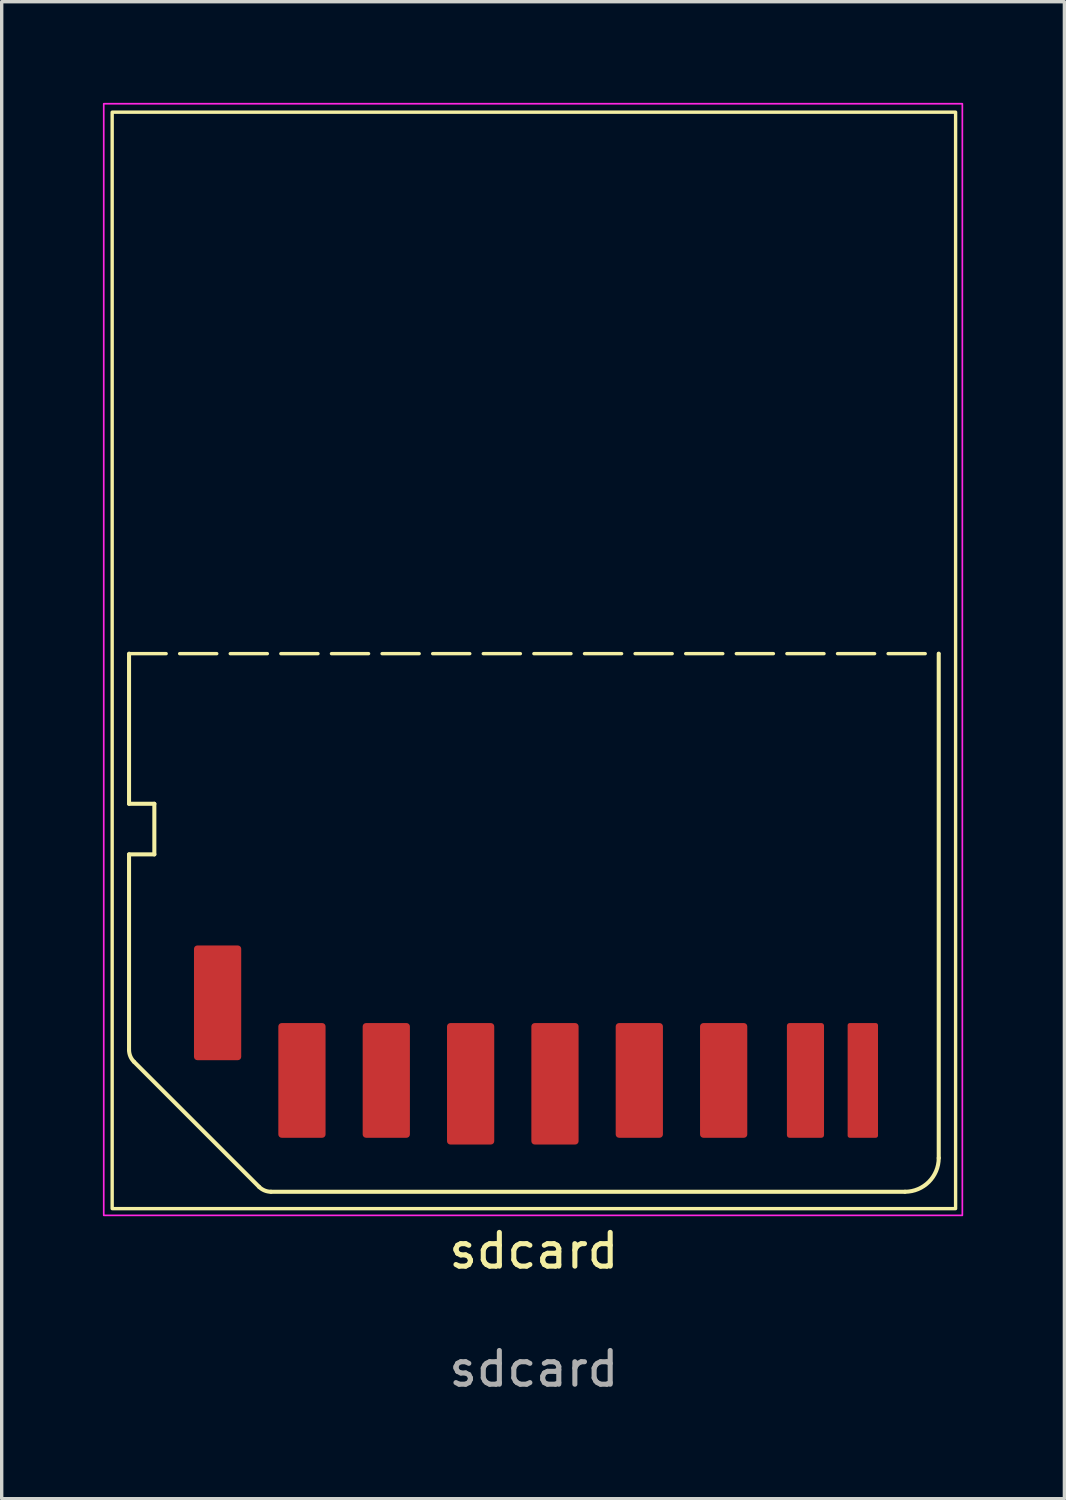
<source format=kicad_pcb>
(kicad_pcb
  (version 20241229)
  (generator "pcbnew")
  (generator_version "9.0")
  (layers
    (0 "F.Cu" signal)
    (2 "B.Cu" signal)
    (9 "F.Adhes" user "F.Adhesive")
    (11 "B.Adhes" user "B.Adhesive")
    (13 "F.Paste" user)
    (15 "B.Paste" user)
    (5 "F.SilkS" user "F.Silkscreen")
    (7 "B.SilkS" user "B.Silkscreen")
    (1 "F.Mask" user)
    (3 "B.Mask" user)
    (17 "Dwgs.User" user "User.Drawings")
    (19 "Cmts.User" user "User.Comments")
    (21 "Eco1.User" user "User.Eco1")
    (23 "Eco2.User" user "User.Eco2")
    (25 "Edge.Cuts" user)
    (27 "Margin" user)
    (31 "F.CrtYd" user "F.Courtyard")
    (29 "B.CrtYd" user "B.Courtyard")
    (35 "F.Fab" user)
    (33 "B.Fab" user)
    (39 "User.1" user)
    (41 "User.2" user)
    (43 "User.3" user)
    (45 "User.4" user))
  (footprint "sdcard"
    (layer "F.Cu")
    (at 12.775 16.275)
    (property "Reference" "sdcard" (at 0 17.75 0) (unlocked yes) (layer "F.SilkS") (effects (font (size 1 1) (thickness 0.15))))
    (attr exclude_from_pos_files exclude_from_bom)
    (fp_line (start -12 0.05) (end 12 0.05) (stroke (width 0.1) (type dash)) (layer "F.SilkS"))
    (fp_line (start -12 4.5) (end -12 0.05) (stroke (width 0.12) (type solid)) (layer "F.SilkS"))
    (fp_line (start -12 6) (end -11.25 6) (stroke (width 0.12) (type solid)) (layer "F.SilkS"))
    (fp_line (start -12 11.793) (end -12 6) (stroke (width 0.12) (type solid)) (layer "F.SilkS"))
    (fp_line (start -11.25 4.5) (end -12 4.5) (stroke (width 0.12) (type solid)) (layer "F.SilkS"))
    (fp_line (start -11.25 6) (end -11.25 4.5) (stroke (width 0.12) (type solid)) (layer "F.SilkS"))
    (fp_line (start -8.146 15.854) (end -11.854 12.146) (stroke (width 0.12) (type solid)) (layer "F.SilkS"))
    (fp_line (start 11 16) (end -7.793 16) (stroke (width 0.12) (type solid)) (layer "F.SilkS"))
    (fp_line (start 12 0.05) (end 12 15) (stroke (width 0.12) (type solid)) (layer "F.SilkS"))
    (fp_rect (start -12.5 -16) (end 12.5 16.5) (stroke (width 0.1) (type default)) (fill no) (layer "F.SilkS"))
    (fp_arc (start -11.853554 12.146446) (mid -11.961938 11.984234) (end -12 11.792893) (stroke (width 0.12) (type solid)) (layer "F.SilkS"))
    (fp_arc (start -7.792893 16) (mid -7.984236 15.961942) (end -8.146447 15.853553) (stroke (width 0.12) (type solid)) (layer "F.SilkS"))
    (fp_arc (start 12 15) (mid 11.707107 15.707107) (end 11 16) (stroke (width 0.12) (type solid)) (layer "F.SilkS"))
    (fp_rect (start -12.75 -16.25) (end 12.7 16.7) (stroke (width 0.05) (type solid)) (fill no) (layer "F.CrtYd"))
    (fp_text user "${REFERENCE}" (at 0 21.25 0) (unlocked yes) (layer "F.Fab") (effects (font (size 1 1) (thickness 0.15))))
    (pad "1" connect roundrect (at -6.875 12.7) (size 1.4 3.4) (layers "F.Cu" "F.Mask") (roundrect_rratio 0.071))
    (pad "2" connect roundrect (at -4.375 12.7) (size 1.4 3.4) (layers "F.Cu" "F.Mask") (roundrect_rratio 0.071))
    (pad "3" connect roundrect (at -1.875 12.8) (size 1.4 3.6) (layers "F.Cu" "F.Mask") (roundrect_rratio 0.071))
    (pad "4" connect roundrect (at 0.625 12.8) (size 1.4 3.6) (layers "F.Cu" "F.Mask") (roundrect_rratio 0.071))
    (pad "5" connect roundrect (at 3.125 12.7) (size 1.4 3.4) (layers "F.Cu" "F.Mask") (roundrect_rratio 0.071))
    (pad "6" connect roundrect (at 5.625 12.7) (size 1.4 3.4) (layers "F.Cu" "F.Mask") (roundrect_rratio 0.071))
    (pad "7" connect roundrect (at 8.05 12.7) (size 1.1 3.4) (layers "F.Cu" "F.Mask") (roundrect_rratio 0.071))
    (pad "8" connect roundrect (at 9.75 12.7) (size 0.9 3.4) (layers "F.Cu" "F.Mask") (roundrect_rratio 0.071))
    (pad "9" connect roundrect (at -9.375 10.4) (size 1.4 3.4) (layers "F.Cu" "F.Mask") (roundrect_rratio 0.071)))
  (gr_rect
    (start -3 -3)
    (end 28.5 41.373)
    (stroke (width 0.1) (type default))
    (fill no)
    (layer "Edge.Cuts")))
</source>
